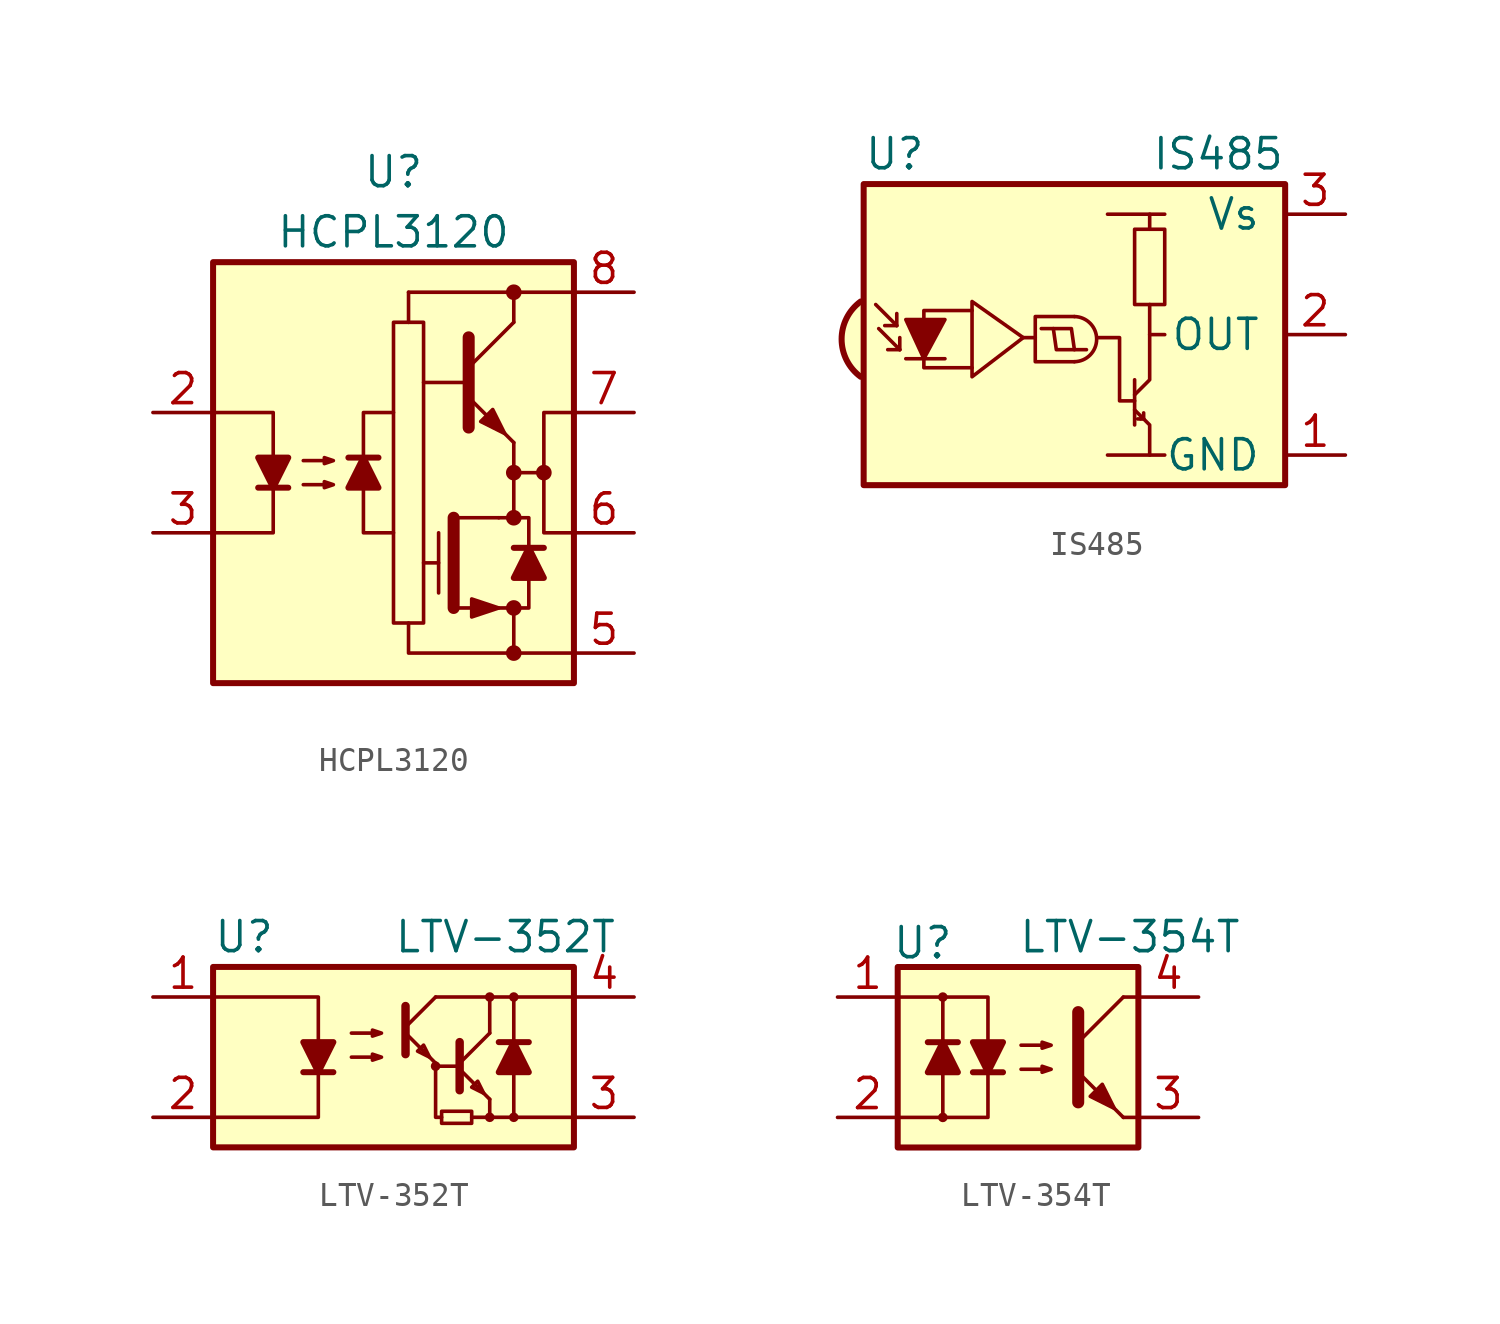
<source format=kicad_sym>
(kicad_symbol_lib
  (version 20211014)
  (generator kicad_symbol_editor)
  (symbol "HCPL3120"
    (pin_names
      (offset 0) hide)
    (property "Reference" "U"
      (at 0 12.7 0)
      (effects (font (size 1.27 1.27))))
    (property "Value" "HCPL3120"
      (at 0 10.16 0)
      (effects (font (size 1.27 1.27))))
    (symbol "HCPL3120_0_1"
      (rectangle (start -7.62 8.89) (end 7.62 -8.89) (stroke (width 0.254) (type default) (color 0 0 0 0)) (fill (type background)))
      (polyline (pts (xy -5.715 -0.635) (xy -4.445 -0.635)) (stroke (width 0.254) (type default) (color 0 0 0 0)) (fill (type none)))
      (polyline (pts (xy -0.635 0.635) (xy -1.905 0.635)) (stroke (width 0.254) (type default) (color 0 0 0 0)) (fill (type none)))
      (polyline (pts (xy 1.27 -3.81) (xy 1.905 -3.81)) (stroke (width 0) (type default) (color 0 0 0 0)) (fill (type none)))
      (polyline (pts (xy 1.905 -5.08) (xy 1.905 -2.54)) (stroke (width 0) (type default) (color 0 0 0 0)) (fill (type none)))
      (polyline (pts (xy 2.54 -5.715) (xy 2.54 -1.905)) (stroke (width 0.508) (type default) (color 0 0 0 0)) (fill (type none)))
      (polyline (pts (xy 3.048 3.81) (xy 1.27 3.81)) (stroke (width 0) (type default) (color 0 0 0 0)) (fill (type none)))
      (polyline (pts (xy 3.175 4.445) (xy 5.08 6.35)) (stroke (width 0) (type default) (color 0 0 0 0)) (fill (type none)))
      (polyline (pts (xy 4.445 -1.905) (xy 2.54 -1.905)) (stroke (width 0) (type default) (color 0 0 0 0)) (fill (type none)))
      (polyline (pts (xy 5.08 -5.715) (xy 5.08 -7.62)) (stroke (width 0) (type default) (color 0 0 0 0)) (fill (type none)))
      (polyline (pts (xy 5.08 1.27) (xy 3.175 3.175)) (stroke (width 0) (type default) (color 0 0 0 0)) (fill (type outline)))
      (polyline (pts (xy 5.08 1.27) (xy 5.08 -1.905)) (stroke (width 0) (type default) (color 0 0 0 0)) (fill (type none)))
      (polyline (pts (xy 5.08 6.35) (xy 5.08 7.62)) (stroke (width 0) (type default) (color 0 0 0 0)) (fill (type none)))
      (polyline (pts (xy 6.35 -3.175) (xy 5.08 -3.175)) (stroke (width 0.254) (type default) (color 0 0 0 0)) (fill (type none)))
      (polyline (pts (xy 6.35 0) (xy 5.08 0)) (stroke (width 0) (type default) (color 0 0 0 0)) (fill (type none)))
      (polyline (pts (xy 7.62 7.62) (xy 0.635 7.62)) (stroke (width 0) (type default) (color 0 0 0 0)) (fill (type none)))
      (polyline (pts (xy -7.62 2.54) (xy -5.08 2.54) (xy -5.08 0.635)) (stroke (width 0) (type default) (color 0 0 0 0)) (fill (type none)))
      (polyline (pts (xy -5.08 -0.635) (xy -5.08 -2.54) (xy -7.62 -2.54)) (stroke (width 0) (type default) (color 0 0 0 0)) (fill (type none)))
      (polyline (pts (xy -1.27 -0.635) (xy -1.27 -2.54) (xy 0 -2.54)) (stroke (width 0) (type default) (color 0 0 0 0)) (fill (type none)))
      (polyline (pts (xy -1.27 0.635) (xy -1.27 2.54) (xy 0 2.54)) (stroke (width 0) (type default) (color 0 0 0 0)) (fill (type none)))
      (polyline (pts (xy 0.635 -6.35) (xy 0.635 -7.62) (xy 7.62 -7.62)) (stroke (width 0) (type default) (color 0 0 0 0)) (fill (type none)))
      (polyline (pts (xy 3.175 5.715) (xy 3.175 1.905) (xy 3.175 1.905)) (stroke (width 0.508) (type default) (color 0 0 0 0)) (fill (type none)))
      (polyline (pts (xy 4.445 -1.905) (xy 5.715 -1.905) (xy 5.715 -3.175)) (stroke (width 0) (type default) (color 0 0 0 0)) (fill (type none)))
      (polyline (pts (xy 5.715 -4.445) (xy 5.715 -5.715) (xy 2.54 -5.715)) (stroke (width 0) (type default) (color 0 0 0 0)) (fill (type none)))
      (polyline (pts (xy -5.08 -0.635) (xy -5.715 0.635) (xy -4.445 0.635) (xy -5.08 -0.635)) (stroke (width 0.254) (type default) (color 0 0 0 0)) (fill (type outline)))
      (polyline (pts (xy -1.27 0.635) (xy -0.635 -0.635) (xy -1.905 -0.635) (xy -1.27 0.635)) (stroke (width 0.254) (type default) (color 0 0 0 0)) (fill (type outline)))
      (polyline (pts (xy 4.445 -5.715) (xy 3.302 -5.334) (xy 3.302 -6.096) (xy 4.445 -5.715)) (stroke (width 0) (type default) (color 0 0 0 0)) (fill (type outline)))
      (polyline (pts (xy 5.715 -3.175) (xy 6.35 -4.445) (xy 5.08 -4.445) (xy 5.715 -3.175)) (stroke (width 0.254) (type default) (color 0 0 0 0)) (fill (type outline)))
      (polyline (pts (xy 7.62 -2.54) (xy 6.35 -2.54) (xy 6.35 2.54) (xy 7.62 2.54)) (stroke (width 0) (type default) (color 0 0 0 0)) (fill (type none)))
      (polyline (pts (xy -3.81 -0.508) (xy -2.54 -0.508) (xy -2.921 -0.635) (xy -2.921 -0.381) (xy -2.54 -0.508)) (stroke (width 0) (type default) (color 0 0 0 0)) (fill (type none)))
      (polyline (pts (xy -3.81 0.508) (xy -2.54 0.508) (xy -2.921 0.381) (xy -2.921 0.635) (xy -2.54 0.508)) (stroke (width 0) (type default) (color 0 0 0 0)) (fill (type none)))
      (polyline (pts (xy 1.27 6.35) (xy 1.27 -6.35) (xy 0 -6.35) (xy 0 6.35) (xy 1.27 6.35)) (stroke (width 0) (type default) (color 0 0 0 0)) (fill (type none)))
      (polyline (pts (xy 3.683 2.159) (xy 4.191 2.667) (xy 4.699 1.651) (xy 3.683 2.159) (xy 3.683 2.159)) (stroke (width 0) (type default) (color 0 0 0 0)) (fill (type outline)))
      (rectangle (start 0.635 6.35) (end 0.635 6.35) (stroke (width 0) (type default) (color 0 0 0 0)) (fill (type none)))
      (rectangle (start 0.635 6.35) (end 0.635 7.62) (stroke (width 0) (type default) (color 0 0 0 0)) (fill (type none)))
      (circle (center 5.08 -7.62) (radius 0.254) (stroke (width 0) (type default) (color 0 0 0 0)) (fill (type outline)))
      (circle (center 5.08 -5.715) (radius 0.254) (stroke (width 0) (type default) (color 0 0 0 0)) (fill (type outline)))
      (circle (center 5.08 -1.905) (radius 0.254) (stroke (width 0) (type default) (color 0 0 0 0)) (fill (type outline)))
      (circle (center 5.08 0) (radius 0.254) (stroke (width 0) (type default) (color 0 0 0 0)) (fill (type outline)))
      (circle (center 5.08 7.62) (radius 0.254) (stroke (width 0) (type default) (color 0 0 0 0)) (fill (type outline)))
      (circle (center 6.35 0) (radius 0.254) (stroke (width 0) (type default) (color 0 0 0 0)) (fill (type outline))))
    (symbol "HCPL3120_1_1"
      (pin no_connect line (at -10.16 7.62 0) (length 2.54) hide (name "NC" (effects (font (size 1.27 1.27)))) (number "1" (effects (font (size 1.27 1.27)))))
      (pin passive line (at -10.16 2.54 0) (length 2.54) (name "A" (effects (font (size 1.27 1.27)))) (number "2" (effects (font (size 1.27 1.27)))))
      (pin passive line (at -10.16 -2.54 0) (length 2.54) (name "C" (effects (font (size 1.27 1.27)))) (number "3" (effects (font (size 1.27 1.27)))))
      (pin no_connect line (at -10.16 -7.62 0) (length 2.54) hide (name "NC" (effects (font (size 1.27 1.27)))) (number "4" (effects (font (size 1.27 1.27)))))
      (pin power_out line (at 10.16 -7.62 180) (length 2.54) (name "VEE" (effects (font (size 1.27 1.27)))) (number "5" (effects (font (size 1.27 1.27)))))
      (pin passive line (at 10.16 -2.54 180) (length 2.54) (name "VO" (effects (font (size 1.27 1.27)))) (number "6" (effects (font (size 1.27 1.27)))))
      (pin passive line (at 10.16 2.54 180) (length 2.54) (name "VO" (effects (font (size 1.27 1.27)))) (number "7" (effects (font (size 1.27 1.27)))))
      (pin power_in line (at 10.16 7.62 180) (length 2.54) (name "VCC" (effects (font (size 1.27 1.27)))) (number "8" (effects (font (size 1.27 1.27)))))))
  (symbol "IS485"
    (pin_names
      (offset 1.016))
    (property "Reference" "U"
      (at -10.16 7.62 0)
      (effects (font (size 1.27 1.27)) (justify left)))
    (property "Value" "IS485"
      (at 7.62 7.62 0)
      (effects (font (size 1.27 1.27)) (justify right)))
    (symbol "IS485_0_0"
      (arc (start -10.287 1.397) (mid -11.0899 -0.1852) (end -10.287 -1.778) (stroke (width 0.254) (type default) (color 0 0 0 0)) (fill (type background)))
      (polyline (pts (xy 1.905 -5.08) (xy 0.127 -5.08)) (stroke (width 0) (type default) (color 0 0 0 0)) (fill (type none)))
      (polyline (pts (xy 1.905 5.08) (xy 0.127 5.08)) (stroke (width 0) (type default) (color 0 0 0 0)) (fill (type none))))
    (symbol "IS485_0_1"
      (arc (start -1.27 -1.143) (mid -0.3048 -0.1778) (end -1.27 0.762) (stroke (width 0) (type default) (color 0 0 0 0)) (fill (type none)))
      (polyline (pts (xy -8.763 0.381) (xy -9.652 1.27)) (stroke (width 0) (type default) (color 0 0 0 0)) (fill (type none)))
      (polyline (pts (xy -8.763 0.381) (xy -9.271 0.381)) (stroke (width 0) (type default) (color 0 0 0 0)) (fill (type none)))
      (polyline (pts (xy -8.763 0.381) (xy -8.763 0.889)) (stroke (width 0) (type default) (color 0 0 0 0)) (fill (type none)))
      (polyline (pts (xy -8.636 -0.635) (xy -9.525 0.254)) (stroke (width 0) (type default) (color 0 0 0 0)) (fill (type none)))
      (polyline (pts (xy -8.636 -0.635) (xy -9.144 -0.635)) (stroke (width 0) (type default) (color 0 0 0 0)) (fill (type none)))
      (polyline (pts (xy -8.636 -0.635) (xy -8.636 -0.127)) (stroke (width 0) (type default) (color 0 0 0 0)) (fill (type none)))
      (polyline (pts (xy -8.382 -1.016) (xy -6.731 -1.016)) (stroke (width 0) (type default) (color 0 0 0 0)) (fill (type none)))
      (polyline (pts (xy -3.429 -0.127) (xy -2.921 -0.127)) (stroke (width 0) (type default) (color 0 0 0 0)) (fill (type none)))
      (polyline (pts (xy 1.27 -1.905) (xy 1.27 -3.81)) (stroke (width 0) (type default) (color 0 0 0 0)) (fill (type none)))
      (polyline (pts (xy 1.397 -3.556) (xy 1.524 -3.556)) (stroke (width 0) (type default) (color 0 0 0 0)) (fill (type none)))
      (polyline (pts (xy 1.651 -3.556) (xy 1.524 -3.556)) (stroke (width 0) (type default) (color 0 0 0 0)) (fill (type none)))
      (polyline (pts (xy 1.651 -3.556) (xy 1.651 -3.302)) (stroke (width 0) (type default) (color 0 0 0 0)) (fill (type none)))
      (polyline (pts (xy 1.905 0) (xy 1.905 1.27)) (stroke (width 0) (type default) (color 0 0 0 0)) (fill (type none)))
      (polyline (pts (xy -2.667 0.254) (xy -1.397 0.254) (xy -1.27 -0.635)) (stroke (width 0) (type default) (color 0 0 0 0)) (fill (type none)))
      (polyline (pts (xy -0.762 -0.635) (xy -2.032 -0.635) (xy -2.159 0.254)) (stroke (width 0) (type default) (color 0 0 0 0)) (fill (type none)))
      (polyline (pts (xy 1.905 4.445) (xy 1.905 5.08) (xy 2.54 5.08)) (stroke (width 0) (type default) (color 0 0 0 0)) (fill (type none)))
      (polyline (pts (xy -8.382 0.635) (xy -6.731 0.635) (xy -7.62 -1.016) (xy -8.382 0.635)) (stroke (width 0) (type default) (color 0 0 0 0)) (fill (type outline)))
      (polyline (pts (xy -5.588 -1.397) (xy -7.62 -1.397) (xy -7.62 1.016) (xy -5.588 1.016)) (stroke (width 0) (type default) (color 0 0 0 0)) (fill (type none)))
      (polyline (pts (xy -3.429 -0.127) (xy -5.588 1.397) (xy -5.588 -1.778) (xy -3.429 -0.127)) (stroke (width 0) (type default) (color 0 0 0 0)) (fill (type none)))
      (polyline (pts (xy -1.27 0.762) (xy -2.921 0.762) (xy -2.921 -1.143) (xy -1.27 -1.143)) (stroke (width 0) (type default) (color 0 0 0 0)) (fill (type none)))
      (polyline (pts (xy 1.27 -3.175) (xy 1.905 -3.81) (xy 1.905 -5.08) (xy 2.54 -5.08)) (stroke (width 0) (type default) (color 0 0 0 0)) (fill (type none)))
      (polyline (pts (xy 1.27 -2.794) (xy 0.635 -2.794) (xy 0.635 -0.127) (xy -0.254 -0.127)) (stroke (width 0) (type default) (color 0 0 0 0)) (fill (type none)))
      (polyline (pts (xy 1.27 -2.54) (xy 1.905 -1.905) (xy 1.905 0) (xy 2.54 0)) (stroke (width 0) (type default) (color 0 0 0 0)) (fill (type none)))
      (rectangle (start 2.54 1.27) (end 1.27 4.445) (stroke (width 0) (type default) (color 0 0 0 0)) (fill (type none)))
      (rectangle (start 7.62 6.35) (end -10.16 -6.35) (stroke (width 0.254) (type default) (color 0 0 0 0)) (fill (type background))))
    (symbol "IS485_1_1"
      (pin power_in line (at 10.16 -5.08 180) (length 2.54) (name "GND" (effects (font (size 1.27 1.27)))) (number "1" (effects (font (size 1.27 1.27)))))
      (pin output line (at 10.16 0 180) (length 2.54) (name "OUT" (effects (font (size 1.27 1.27)))) (number "2" (effects (font (size 1.27 1.27)))))
      (pin power_in line (at 10.16 5.08 180) (length 2.54) (name "Vs" (effects (font (size 1.27 1.27)))) (number "3" (effects (font (size 1.27 1.27)))))))
  (symbol "LTV-352T"
    (pin_names
      (offset 1.016))
    (property "Reference" "U"
      (at -7.62 5.08 0)
      (effects (font (size 1.27 1.27)) (justify left)))
    (property "Value" "LTV-352T"
      (at 0 5.08 0)
      (effects (font (size 1.27 1.27)) (justify left)))
    (symbol "LTV-352T_0_0"
      (polyline (pts (xy 4.064 -2.54) (xy 3.302 -2.54)) (stroke (width 0) (type default) (color 0 0 0 0)) (fill (type none)))
      (polyline (pts (xy 1.778 -0.254) (xy 1.778 -2.54) (xy 2.032 -2.54)) (stroke (width 0) (type default) (color 0 0 0 0)) (fill (type none)))
      (rectangle (start 2.032 -2.286) (end 3.302 -2.794) (stroke (width 0) (type default) (color 0 0 0 0)) (fill (type none))))
    (symbol "LTV-352T_0_1"
      (rectangle (start -7.62 3.81) (end 7.62 -3.81) (stroke (width 0.254) (type default) (color 0 0 0 0)) (fill (type background)))
      (polyline (pts (xy -3.81 -0.635) (xy -2.54 -0.635)) (stroke (width 0.254) (type default) (color 0 0 0 0)) (fill (type none)))
      (polyline (pts (xy 0.508 1.016) (xy 1.778 -0.254)) (stroke (width 0) (type default) (color 0 0 0 0)) (fill (type none)))
      (polyline (pts (xy 0.508 1.27) (xy 1.778 2.54)) (stroke (width 0) (type default) (color 0 0 0 0)) (fill (type none)))
      (polyline (pts (xy 0.508 2.159) (xy 0.508 0.127)) (stroke (width 0.356) (type default) (color 0 0 0 0)) (fill (type none)))
      (polyline (pts (xy 1.778 2.54) (xy 7.62 2.54)) (stroke (width 0) (type default) (color 0 0 0 0)) (fill (type none)))
      (polyline (pts (xy 2.794 -0.508) (xy 4.064 -1.778)) (stroke (width 0) (type default) (color 0 0 0 0)) (fill (type none)))
      (polyline (pts (xy 2.794 -0.381) (xy 1.778 -0.381)) (stroke (width 0) (type default) (color 0 0 0 0)) (fill (type none)))
      (polyline (pts (xy 2.794 -0.254) (xy 4.064 1.016)) (stroke (width 0) (type default) (color 0 0 0 0)) (fill (type none)))
      (polyline (pts (xy 4.064 -2.54) (xy 7.62 -2.54)) (stroke (width 0) (type default) (color 0 0 0 0)) (fill (type none)))
      (polyline (pts (xy 4.064 -1.778) (xy 4.064 -2.54)) (stroke (width 0) (type default) (color 0 0 0 0)) (fill (type none)))
      (polyline (pts (xy 4.064 1.016) (xy 4.064 2.54)) (stroke (width 0) (type default) (color 0 0 0 0)) (fill (type none)))
      (polyline (pts (xy 4.445 0.635) (xy 5.715 0.635)) (stroke (width 0.254) (type default) (color 0 0 0 0)) (fill (type none)))
      (polyline (pts (xy 5.08 -0.635) (xy 5.08 -2.54)) (stroke (width 0) (type default) (color 0 0 0 0)) (fill (type none)))
      (polyline (pts (xy 5.08 0.635) (xy 5.08 2.54)) (stroke (width 0) (type default) (color 0 0 0 0)) (fill (type none)))
      (polyline (pts (xy -7.62 2.54) (xy -3.175 2.54) (xy -3.175 0.635)) (stroke (width 0) (type default) (color 0 0 0 0)) (fill (type none)))
      (polyline (pts (xy -3.175 -0.635) (xy -3.175 -2.54) (xy -7.62 -2.54)) (stroke (width 0) (type default) (color 0 0 0 0)) (fill (type none)))
      (polyline (pts (xy 2.794 0.635) (xy 2.794 -1.397) (xy 2.794 -1.397)) (stroke (width 0.356) (type default) (color 0 0 0 0)) (fill (type none)))
      (polyline (pts (xy -3.175 -0.635) (xy -3.81 0.635) (xy -2.54 0.635) (xy -3.175 -0.635)) (stroke (width 0.254) (type default) (color 0 0 0 0)) (fill (type outline)))
      (polyline (pts (xy 1.524 0) (xy 1.27 0.508) (xy 1.016 0.254) (xy 1.524 0)) (stroke (width 0) (type default) (color 0 0 0 0)) (fill (type none)))
      (polyline (pts (xy 3.81 -1.524) (xy 3.556 -1.016) (xy 3.302 -1.27) (xy 3.81 -1.524)) (stroke (width 0) (type default) (color 0 0 0 0)) (fill (type none)))
      (polyline (pts (xy 5.08 0.635) (xy 4.445 -0.635) (xy 5.715 -0.635) (xy 5.08 0.635)) (stroke (width 0.254) (type default) (color 0 0 0 0)) (fill (type outline)))
      (polyline (pts (xy -1.778 0) (xy -0.508 0) (xy -0.889 -0.127) (xy -0.889 0.127) (xy -0.508 0)) (stroke (width 0) (type default) (color 0 0 0 0)) (fill (type none)))
      (polyline (pts (xy -1.778 1.016) (xy -0.508 1.016) (xy -0.889 0.889) (xy -0.889 1.143) (xy -0.508 1.016)) (stroke (width 0) (type default) (color 0 0 0 0)) (fill (type none)))
      (circle (center 1.778 -0.381) (radius 0.127) (stroke (width 0) (type default) (color 0 0 0 0)) (fill (type none)))
      (circle (center 4.064 -2.54) (radius 0.127) (stroke (width 0) (type default) (color 0 0 0 0)) (fill (type none)))
      (circle (center 4.064 2.54) (radius 0.127) (stroke (width 0) (type default) (color 0 0 0 0)) (fill (type none)))
      (circle (center 5.08 -2.54) (radius 0.127) (stroke (width 0) (type default) (color 0 0 0 0)) (fill (type none)))
      (circle (center 5.08 2.54) (radius 0.127) (stroke (width 0) (type default) (color 0 0 0 0)) (fill (type none))))
    (symbol "LTV-352T_1_1"
      (pin passive line (at -10.16 2.54 0) (length 2.54) (name "~" (effects (font (size 1.27 1.27)))) (number "1" (effects (font (size 1.27 1.27)))))
      (pin passive line (at -10.16 -2.54 0) (length 2.54) (name "~" (effects (font (size 1.27 1.27)))) (number "2" (effects (font (size 1.27 1.27)))))
      (pin passive line (at 10.16 -2.54 180) (length 2.54) (name "~" (effects (font (size 1.27 1.27)))) (number "3" (effects (font (size 1.27 1.27)))))
      (pin passive line (at 10.16 2.54 180) (length 2.54) (name "~" (effects (font (size 1.27 1.27)))) (number "4" (effects (font (size 1.27 1.27)))))))
  (symbol "LTV-354T"
    (pin_names
      (offset 1.016))
    (property "Reference" "U"
      (at -5.334 4.826 0)
      (effects (font (size 1.27 1.27)) (justify left)))
    (property "Value" "LTV-354T"
      (at 0 5.08 0)
      (effects (font (size 1.27 1.27)) (justify left)))
    (symbol "LTV-354T_0_1"
      (rectangle (start -5.08 3.81) (end 5.08 -3.81) (stroke (width 0.254) (type default) (color 0 0 0 0)) (fill (type background)))
      (circle (center -3.175 -2.54) (radius 0.127) (stroke (width 0) (type default) (color 0 0 0 0)) (fill (type none)))
      (circle (center -3.175 2.54) (radius 0.127) (stroke (width 0) (type default) (color 0 0 0 0)) (fill (type none)))
      (polyline (pts (xy -3.81 0.635) (xy -2.54 0.635)) (stroke (width 0.254) (type default) (color 0 0 0 0)) (fill (type none)))
      (polyline (pts (xy -3.175 -0.635) (xy -3.175 -2.54)) (stroke (width 0) (type default) (color 0 0 0 0)) (fill (type none)))
      (polyline (pts (xy -3.175 0.635) (xy -3.175 2.54)) (stroke (width 0) (type default) (color 0 0 0 0)) (fill (type none)))
      (polyline (pts (xy -1.905 -0.635) (xy -0.635 -0.635)) (stroke (width 0.254) (type default) (color 0 0 0 0)) (fill (type none)))
      (polyline (pts (xy 2.54 0.635) (xy 4.445 2.54)) (stroke (width 0) (type default) (color 0 0 0 0)) (fill (type none)))
      (polyline (pts (xy 4.445 -2.54) (xy 2.54 -0.635)) (stroke (width 0) (type default) (color 0 0 0 0)) (fill (type outline)))
      (polyline (pts (xy 4.445 -2.54) (xy 5.08 -2.54)) (stroke (width 0) (type default) (color 0 0 0 0)) (fill (type none)))
      (polyline (pts (xy 4.445 2.54) (xy 5.08 2.54)) (stroke (width 0) (type default) (color 0 0 0 0)) (fill (type none)))
      (polyline (pts (xy -5.08 2.54) (xy -1.27 2.54) (xy -1.27 0.635)) (stroke (width 0) (type default) (color 0 0 0 0)) (fill (type none)))
      (polyline (pts (xy -1.27 -0.635) (xy -1.27 -2.54) (xy -5.08 -2.54)) (stroke (width 0) (type default) (color 0 0 0 0)) (fill (type none)))
      (polyline (pts (xy 2.54 1.905) (xy 2.54 -1.905) (xy 2.54 -1.905)) (stroke (width 0.508) (type default) (color 0 0 0 0)) (fill (type none)))
      (polyline (pts (xy -3.175 0.635) (xy -3.81 -0.635) (xy -2.54 -0.635) (xy -3.175 0.635)) (stroke (width 0.254) (type default) (color 0 0 0 0)) (fill (type outline)))
      (polyline (pts (xy -1.27 -0.635) (xy -1.905 0.635) (xy -0.635 0.635) (xy -1.27 -0.635)) (stroke (width 0.254) (type default) (color 0 0 0 0)) (fill (type outline)))
      (polyline (pts (xy 0.127 -0.508) (xy 1.397 -0.508) (xy 1.016 -0.635) (xy 1.016 -0.381) (xy 1.397 -0.508)) (stroke (width 0) (type default) (color 0 0 0 0)) (fill (type none)))
      (polyline (pts (xy 0.127 0.508) (xy 1.397 0.508) (xy 1.016 0.381) (xy 1.016 0.635) (xy 1.397 0.508)) (stroke (width 0) (type default) (color 0 0 0 0)) (fill (type none)))
      (polyline (pts (xy 3.048 -1.651) (xy 3.556 -1.143) (xy 4.064 -2.159) (xy 3.048 -1.651) (xy 3.048 -1.651)) (stroke (width 0) (type default) (color 0 0 0 0)) (fill (type outline))))
    (symbol "LTV-354T_1_1"
      (pin passive line (at -7.62 2.54 0) (length 2.54) (name "~" (effects (font (size 1.27 1.27)))) (number "1" (effects (font (size 1.27 1.27)))))
      (pin passive line (at -7.62 -2.54 0) (length 2.54) (name "~" (effects (font (size 1.27 1.27)))) (number "2" (effects (font (size 1.27 1.27)))))
      (pin passive line (at 7.62 -2.54 180) (length 2.54) (name "~" (effects (font (size 1.27 1.27)))) (number "3" (effects (font (size 1.27 1.27)))))
      (pin passive line (at 7.62 2.54 180) (length 2.54) (name "~" (effects (font (size 1.27 1.27)))) (number "4" (effects (font (size 1.27 1.27))))))))
</source>
